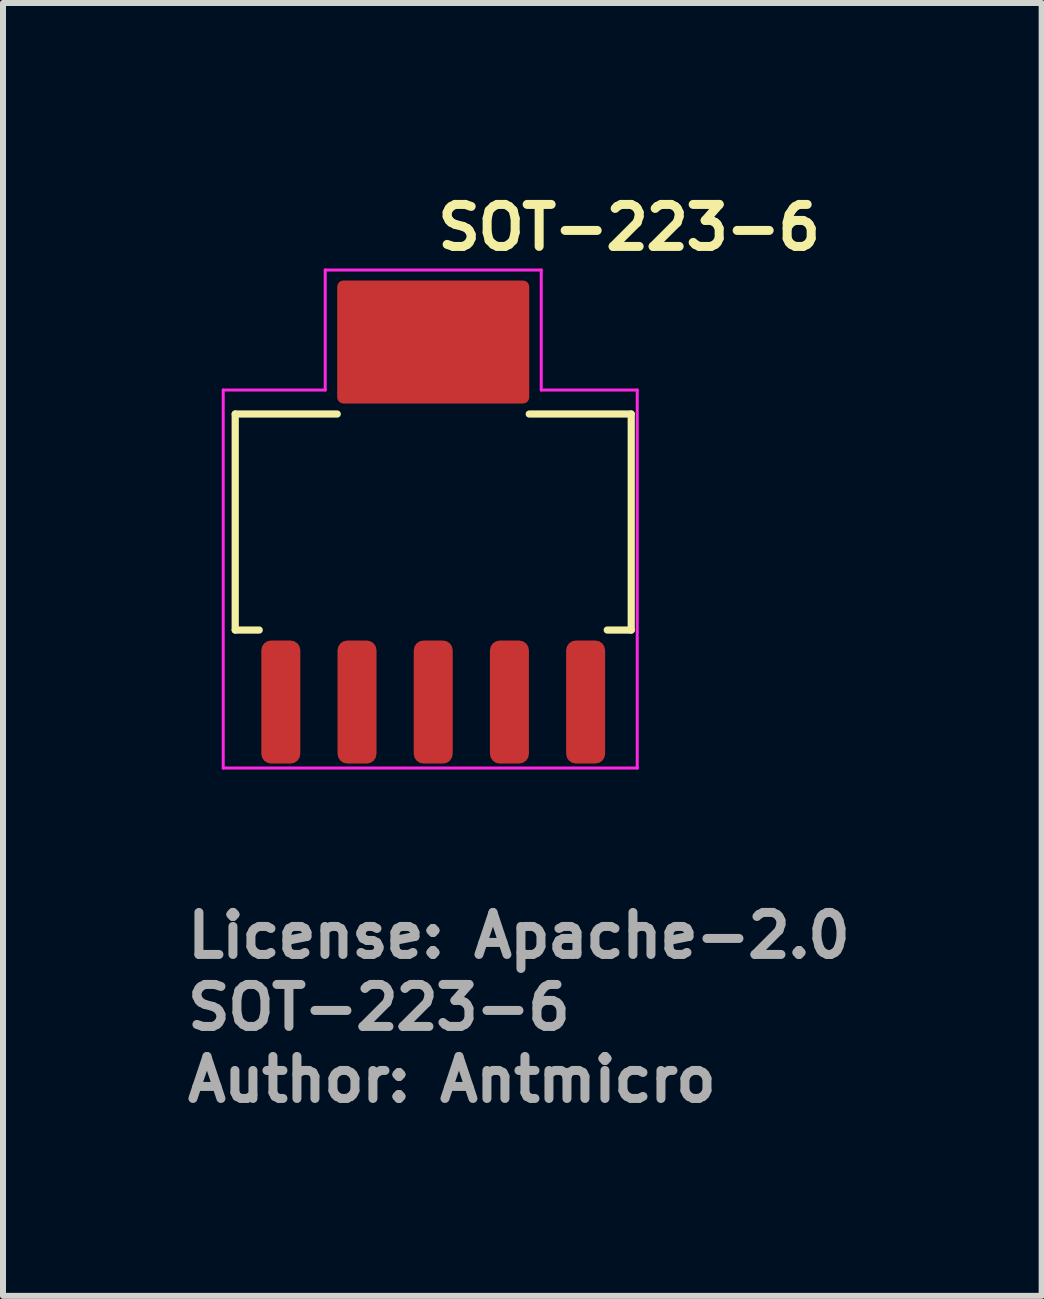
<source format=kicad_pcb>
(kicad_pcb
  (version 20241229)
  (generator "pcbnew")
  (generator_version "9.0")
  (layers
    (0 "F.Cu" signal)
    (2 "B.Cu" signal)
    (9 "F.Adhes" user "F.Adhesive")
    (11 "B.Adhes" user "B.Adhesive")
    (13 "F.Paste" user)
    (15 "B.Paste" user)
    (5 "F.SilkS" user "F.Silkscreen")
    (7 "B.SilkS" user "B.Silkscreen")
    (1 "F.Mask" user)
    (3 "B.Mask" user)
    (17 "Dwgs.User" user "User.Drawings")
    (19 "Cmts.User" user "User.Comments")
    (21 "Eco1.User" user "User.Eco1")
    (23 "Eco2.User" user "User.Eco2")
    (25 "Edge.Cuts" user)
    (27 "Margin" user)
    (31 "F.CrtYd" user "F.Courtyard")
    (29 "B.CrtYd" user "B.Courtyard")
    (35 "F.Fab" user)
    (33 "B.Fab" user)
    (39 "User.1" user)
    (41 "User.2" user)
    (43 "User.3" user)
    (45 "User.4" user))
  (footprint "SOT-223-6"
    (layer "F.Cu")
    (at 4.17 5.65)
    (property "Reference" "SOT-223-6" (at 0 -4.5 0) (layer "F.SilkS") (effects (font (size 0.7 0.7) (thickness 0.15)) (justify left bottom)))
    (attr smd)
    (fp_line (start -3.3 -1.8) (end -3.3 1.8) (stroke (width 0.12) (type default)) (layer "F.SilkS"))
    (fp_line (start -3.3 -1.8) (end -1.6 -1.8) (stroke (width 0.12) (type default)) (layer "F.SilkS"))
    (fp_line (start -3.3 1.8) (end -2.9 1.8) (stroke (width 0.12) (type default)) (layer "F.SilkS"))
    (fp_line (start 1.6 -1.8) (end 3.3 -1.8) (stroke (width 0.12) (type default)) (layer "F.SilkS"))
    (fp_line (start 3.3 -1.8) (end 3.3 1.8) (stroke (width 0.12) (type default)) (layer "F.SilkS"))
    (fp_line (start 3.3 1.8) (end 2.9 1.8) (stroke (width 0.12) (type default)) (layer "F.SilkS"))
    (fp_line (start -3.5 -2.2) (end -3.5 4.1) (stroke (width 0.05) (type solid)) (layer "F.CrtYd"))
    (fp_line (start -3.5 4.1) (end 3.4 4.1) (stroke (width 0.05) (type solid)) (layer "F.CrtYd"))
    (fp_line (start -1.8 -4.2) (end -1.8 -2.2) (stroke (width 0.05) (type solid)) (layer "F.CrtYd"))
    (fp_line (start -1.8 -2.2) (end -3.5 -2.2) (stroke (width 0.05) (type solid)) (layer "F.CrtYd"))
    (fp_line (start 1.8 -4.2) (end -1.8 -4.2) (stroke (width 0.05) (type solid)) (layer "F.CrtYd"))
    (fp_line (start 1.8 -2.2) (end 1.8 -4.2) (stroke (width 0.05) (type solid)) (layer "F.CrtYd"))
    (fp_line (start 3.4 -2.2) (end 1.8 -2.2) (stroke (width 0.05) (type solid)) (layer "F.CrtYd"))
    (fp_line (start 3.4 4.1) (end 3.4 -2.2) (stroke (width 0.05) (type solid)) (layer "F.CrtYd"))
    (fp_rect (start -3.25 -3.554) (end 3.25 3.554) (stroke (width 0.1) (type solid)) (fill no) (layer "User.5"))
    (fp_line (start -3.25 -1.75) (end -3.172 -1.672) (stroke (width 0.02) (type solid)) (layer "User.9"))
    (fp_line (start -3.25 -1.75) (end 3.25 -1.75) (stroke (width 0.02) (type solid)) (layer "User.9"))
    (fp_line (start -3.25 1.75) (end -3.25 -1.75) (stroke (width 0.02) (type solid)) (layer "User.9"))
    (fp_line (start -3.25 1.75) (end -3.172 1.672) (stroke (width 0.02) (type solid)) (layer "User.9"))
    (fp_line (start -3.25 1.75) (end 3.25 1.75) (stroke (width 0.02) (type solid)) (layer "User.9"))
    (fp_line (start -3.172 -1.672) (end -3.172 1.672) (stroke (width 0.02) (type solid)) (layer "User.9"))
    (fp_line (start -3.172 1.672) (end 3.172 1.672) (stroke (width 0.02) (type solid)) (layer "User.9"))
    (fp_line (start -2.77 1.75) (end -2.77 2.28) (stroke (width 0.02) (type solid)) (layer "User.9"))
    (fp_line (start -2.77 1.75) (end -2.31 1.75) (stroke (width 0.02) (type solid)) (layer "User.9"))
    (fp_line (start -2.77 2.28) (end -2.31 2.28) (stroke (width 0.02) (type solid)) (layer "User.9"))
    (fp_line (start -2.77 2.312) (end -2.77 2.28) (stroke (width 0.02) (type solid)) (layer "User.9"))
    (fp_line (start -2.77 2.344) (end -2.77 2.312) (stroke (width 0.02) (type solid)) (layer "User.9"))
    (fp_line (start -2.77 2.376) (end -2.77 2.344) (stroke (width 0.02) (type solid)) (layer "User.9"))
    (fp_line (start -2.77 2.407) (end -2.77 2.376) (stroke (width 0.02) (type solid)) (layer "User.9"))
    (fp_line (start -2.77 2.437) (end -2.77 2.407) (stroke (width 0.02) (type solid)) (layer "User.9"))
    (fp_line (start -2.77 2.466) (end -2.77 2.437) (stroke (width 0.02) (type solid)) (layer "User.9"))
    (fp_line (start -2.77 2.495) (end -2.77 2.466) (stroke (width 0.02) (type solid)) (layer "User.9"))
    (fp_line (start -2.77 2.522) (end -2.77 2.495) (stroke (width 0.02) (type solid)) (layer "User.9"))
    (fp_line (start -2.77 2.548) (end -2.77 2.522) (stroke (width 0.02) (type solid)) (layer "User.9"))
    (fp_line (start -2.77 2.572) (end -2.77 2.548) (stroke (width 0.02) (type solid)) (layer "User.9"))
    (fp_line (start -2.77 2.595) (end -2.77 2.572) (stroke (width 0.02) (type solid)) (layer "User.9"))
    (fp_line (start -2.77 2.616) (end -2.77 2.595) (stroke (width 0.02) (type solid)) (layer "User.9"))
    (fp_line (start -2.77 2.635) (end -2.77 2.616) (stroke (width 0.02) (type solid)) (layer "User.9"))
    (fp_line (start -2.77 2.652) (end -2.77 2.635) (stroke (width 0.02) (type solid)) (layer "User.9"))
    (fp_line (start -2.77 2.652) (end -2.31 2.652) (stroke (width 0.02) (type solid)) (layer "User.9"))
    (fp_line (start -2.77 2.733) (end -2.77 2.652) (stroke (width 0.02) (type solid)) (layer "User.9"))
    (fp_line (start -2.77 2.733) (end -2.31 2.733) (stroke (width 0.02) (type solid)) (layer "User.9"))
    (fp_line (start -2.77 2.738) (end -2.77 2.733) (stroke (width 0.02) (type solid)) (layer "User.9"))
    (fp_line (start -2.77 2.745) (end -2.77 2.738) (stroke (width 0.02) (type solid)) (layer "User.9"))
    (fp_line (start -2.77 2.751) (end -2.77 2.745) (stroke (width 0.02) (type solid)) (layer "User.9"))
    (fp_line (start -2.77 2.758) (end -2.77 2.751) (stroke (width 0.02) (type solid)) (layer "User.9"))
    (fp_line (start -2.77 2.766) (end -2.77 2.758) (stroke (width 0.02) (type solid)) (layer "User.9"))
    (fp_line (start -2.77 2.774) (end -2.77 2.766) (stroke (width 0.02) (type solid)) (layer "User.9"))
    (fp_line (start -2.77 2.782) (end -2.77 2.774) (stroke (width 0.02) (type solid)) (layer "User.9"))
    (fp_line (start -2.77 2.791) (end -2.77 2.782) (stroke (width 0.02) (type solid)) (layer "User.9"))
    (fp_line (start -2.77 2.8) (end -2.77 2.791) (stroke (width 0.02) (type solid)) (layer "User.9"))
    (fp_line (start -2.77 2.81) (end -2.77 2.8) (stroke (width 0.02) (type solid)) (layer "User.9"))
    (fp_line (start -2.77 2.82) (end -2.77 2.81) (stroke (width 0.02) (type solid)) (layer "User.9"))
    (fp_line (start -2.77 2.83) (end -2.77 2.82) (stroke (width 0.02) (type solid)) (layer "User.9"))
    (fp_line (start -2.77 2.84) (end -2.77 2.83) (stroke (width 0.02) (type solid)) (layer "User.9"))
    (fp_line (start -2.77 2.85) (end -2.77 2.84) (stroke (width 0.02) (type solid)) (layer "User.9"))
    (fp_line (start -2.77 2.85) (end -2.77 3.554) (stroke (width 0.02) (type solid)) (layer "User.9"))
    (fp_line (start -2.77 2.85) (end -2.31 2.85) (stroke (width 0.02) (type solid)) (layer "User.9"))
    (fp_line (start -2.77 3.554) (end -2.31 3.554) (stroke (width 0.02) (type solid)) (layer "User.9"))
    (fp_line (start -2.31 1.75) (end -2.31 2.28) (stroke (width 0.02) (type solid)) (layer "User.9"))
    (fp_line (start -2.31 2.312) (end -2.31 2.28) (stroke (width 0.02) (type solid)) (layer "User.9"))
    (fp_line (start -2.31 2.344) (end -2.31 2.312) (stroke (width 0.02) (type solid)) (layer "User.9"))
    (fp_line (start -2.31 2.376) (end -2.31 2.344) (stroke (width 0.02) (type solid)) (layer "User.9"))
    (fp_line (start -2.31 2.407) (end -2.31 2.376) (stroke (width 0.02) (type solid)) (layer "User.9"))
    (fp_line (start -2.31 2.437) (end -2.31 2.407) (stroke (width 0.02) (type solid)) (layer "User.9"))
    (fp_line (start -2.31 2.466) (end -2.31 2.437) (stroke (width 0.02) (type solid)) (layer "User.9"))
    (fp_line (start -2.31 2.495) (end -2.31 2.466) (stroke (width 0.02) (type solid)) (layer "User.9"))
    (fp_line (start -2.31 2.522) (end -2.31 2.495) (stroke (width 0.02) (type solid)) (layer "User.9"))
    (fp_line (start -2.31 2.548) (end -2.31 2.522) (stroke (width 0.02) (type solid)) (layer "User.9"))
    (fp_line (start -2.31 2.572) (end -2.31 2.548) (stroke (width 0.02) (type solid)) (layer "User.9"))
    (fp_line (start -2.31 2.595) (end -2.31 2.572) (stroke (width 0.02) (type solid)) (layer "User.9"))
    (fp_line (start -2.31 2.616) (end -2.31 2.595) (stroke (width 0.02) (type solid)) (layer "User.9"))
    (fp_line (start -2.31 2.635) (end -2.31 2.616) (stroke (width 0.02) (type solid)) (layer "User.9"))
    (fp_line (start -2.31 2.652) (end -2.31 2.635) (stroke (width 0.02) (type solid)) (layer "User.9"))
    (fp_line (start -2.31 2.652) (end -2.31 2.733) (stroke (width 0.02) (type solid)) (layer "User.9"))
    (fp_line (start -2.31 2.738) (end -2.31 2.733) (stroke (width 0.02) (type solid)) (layer "User.9"))
    (fp_line (start -2.31 2.745) (end -2.31 2.738) (stroke (width 0.02) (type solid)) (layer "User.9"))
    (fp_line (start -2.31 2.751) (end -2.31 2.745) (stroke (width 0.02) (type solid)) (layer "User.9"))
    (fp_line (start -2.31 2.758) (end -2.31 2.751) (stroke (width 0.02) (type solid)) (layer "User.9"))
    (fp_line (start -2.31 2.766) (end -2.31 2.758) (stroke (width 0.02) (type solid)) (layer "User.9"))
    (fp_line (start -2.31 2.774) (end -2.31 2.766) (stroke (width 0.02) (type solid)) (layer "User.9"))
    (fp_line (start -2.31 2.782) (end -2.31 2.774) (stroke (width 0.02) (type solid)) (layer "User.9"))
    (fp_line (start -2.31 2.791) (end -2.31 2.782) (stroke (width 0.02) (type solid)) (layer "User.9"))
    (fp_line (start -2.31 2.8) (end -2.31 2.791) (stroke (width 0.02) (type solid)) (layer "User.9"))
    (fp_line (start -2.31 2.81) (end -2.31 2.8) (stroke (width 0.02) (type solid)) (layer "User.9"))
    (fp_line (start -2.31 2.82) (end -2.31 2.81) (stroke (width 0.02) (type solid)) (layer "User.9"))
    (fp_line (start -2.31 2.83) (end -2.31 2.82) (stroke (width 0.02) (type solid)) (layer "User.9"))
    (fp_line (start -2.31 2.84) (end -2.31 2.83) (stroke (width 0.02) (type solid)) (layer "User.9"))
    (fp_line (start -2.31 2.85) (end -2.31 2.84) (stroke (width 0.02) (type solid)) (layer "User.9"))
    (fp_line (start -2.31 2.85) (end -2.31 3.554) (stroke (width 0.02) (type solid)) (layer "User.9"))
    (fp_line (start -1.5 -2.85) (end -1.5 -3.554) (stroke (width 0.02) (type solid)) (layer "User.9"))
    (fp_line (start -1.5 -2.85) (end -1.5 -2.84) (stroke (width 0.02) (type solid)) (layer "User.9"))
    (fp_line (start -1.5 -2.84) (end -1.5 -2.83) (stroke (width 0.02) (type solid)) (layer "User.9"))
    (fp_line (start -1.5 -2.83) (end -1.5 -2.82) (stroke (width 0.02) (type solid)) (layer "User.9"))
    (fp_line (start -1.5 -2.82) (end -1.5 -2.81) (stroke (width 0.02) (type solid)) (layer "User.9"))
    (fp_line (start -1.5 -2.81) (end -1.5 -2.8) (stroke (width 0.02) (type solid)) (layer "User.9"))
    (fp_line (start -1.5 -2.8) (end -1.5 -2.791) (stroke (width 0.02) (type solid)) (layer "User.9"))
    (fp_line (start -1.5 -2.791) (end -1.5 -2.782) (stroke (width 0.02) (type solid)) (layer "User.9"))
    (fp_line (start -1.5 -2.782) (end -1.5 -2.774) (stroke (width 0.02) (type solid)) (layer "User.9"))
    (fp_line (start -1.5 -2.774) (end -1.5 -2.766) (stroke (width 0.02) (type solid)) (layer "User.9"))
    (fp_line (start -1.5 -2.766) (end -1.5 -2.758) (stroke (width 0.02) (type solid)) (layer "User.9"))
    (fp_line (start -1.5 -2.758) (end -1.5 -2.751) (stroke (width 0.02) (type solid)) (layer "User.9"))
    (fp_line (start -1.5 -2.751) (end -1.5 -2.745) (stroke (width 0.02) (type solid)) (layer "User.9"))
    (fp_line (start -1.5 -2.745) (end -1.5 -2.738) (stroke (width 0.02) (type solid)) (layer "User.9"))
    (fp_line (start -1.5 -2.738) (end -1.5 -2.733) (stroke (width 0.02) (type solid)) (layer "User.9"))
    (fp_line (start -1.5 -2.652) (end -1.5 -2.733) (stroke (width 0.02) (type solid)) (layer "User.9"))
    (fp_line (start -1.5 -2.652) (end -1.5 -2.635) (stroke (width 0.02) (type solid)) (layer "User.9"))
    (fp_line (start -1.5 -2.635) (end -1.5 -2.616) (stroke (width 0.02) (type solid)) (layer "User.9"))
    (fp_line (start -1.5 -2.616) (end -1.5 -2.595) (stroke (width 0.02) (type solid)) (layer "User.9"))
    (fp_line (start -1.5 -2.595) (end -1.5 -2.572) (stroke (width 0.02) (type solid)) (layer "User.9"))
    (fp_line (start -1.5 -2.572) (end -1.5 -2.548) (stroke (width 0.02) (type solid)) (layer "User.9"))
    (fp_line (start -1.5 -2.548) (end -1.5 -2.522) (stroke (width 0.02) (type solid)) (layer "User.9"))
    (fp_line (start -1.5 -2.522) (end -1.5 -2.495) (stroke (width 0.02) (type solid)) (layer "User.9"))
    (fp_line (start -1.5 -2.495) (end -1.5 -2.466) (stroke (width 0.02) (type solid)) (layer "User.9"))
    (fp_line (start -1.5 -2.466) (end -1.5 -2.437) (stroke (width 0.02) (type solid)) (layer "User.9"))
    (fp_line (start -1.5 -2.437) (end -1.5 -2.407) (stroke (width 0.02) (type solid)) (layer "User.9"))
    (fp_line (start -1.5 -2.407) (end -1.5 -2.376) (stroke (width 0.02) (type solid)) (layer "User.9"))
    (fp_line (start -1.5 -2.376) (end -1.5 -2.344) (stroke (width 0.02) (type solid)) (layer "User.9"))
    (fp_line (start -1.5 -2.344) (end -1.5 -2.312) (stroke (width 0.02) (type solid)) (layer "User.9"))
    (fp_line (start -1.5 -2.312) (end -1.5 -2.28) (stroke (width 0.02) (type solid)) (layer "User.9"))
    (fp_line (start -1.5 -1.75) (end -1.5 -2.28) (stroke (width 0.02) (type solid)) (layer "User.9"))
    (fp_line (start -1.5 1.75) (end -1.5 2.28) (stroke (width 0.02) (type solid)) (layer "User.9"))
    (fp_line (start -1.5 1.75) (end -1.04 1.75) (stroke (width 0.02) (type solid)) (layer "User.9"))
    (fp_line (start -1.5 2.28) (end -1.04 2.28) (stroke (width 0.02) (type solid)) (layer "User.9"))
    (fp_line (start -1.5 2.312) (end -1.5 2.28) (stroke (width 0.02) (type solid)) (layer "User.9"))
    (fp_line (start -1.5 2.344) (end -1.5 2.312) (stroke (width 0.02) (type solid)) (layer "User.9"))
    (fp_line (start -1.5 2.376) (end -1.5 2.344) (stroke (width 0.02) (type solid)) (layer "User.9"))
    (fp_line (start -1.5 2.407) (end -1.5 2.376) (stroke (width 0.02) (type solid)) (layer "User.9"))
    (fp_line (start -1.5 2.437) (end -1.5 2.407) (stroke (width 0.02) (type solid)) (layer "User.9"))
    (fp_line (start -1.5 2.466) (end -1.5 2.437) (stroke (width 0.02) (type solid)) (layer "User.9"))
    (fp_line (start -1.5 2.495) (end -1.5 2.466) (stroke (width 0.02) (type solid)) (layer "User.9"))
    (fp_line (start -1.5 2.522) (end -1.5 2.495) (stroke (width 0.02) (type solid)) (layer "User.9"))
    (fp_line (start -1.5 2.548) (end -1.5 2.522) (stroke (width 0.02) (type solid)) (layer "User.9"))
    (fp_line (start -1.5 2.572) (end -1.5 2.548) (stroke (width 0.02) (type solid)) (layer "User.9"))
    (fp_line (start -1.5 2.595) (end -1.5 2.572) (stroke (width 0.02) (type solid)) (layer "User.9"))
    (fp_line (start -1.5 2.616) (end -1.5 2.595) (stroke (width 0.02) (type solid)) (layer "User.9"))
    (fp_line (start -1.5 2.635) (end -1.5 2.616) (stroke (width 0.02) (type solid)) (layer "User.9"))
    (fp_line (start -1.5 2.652) (end -1.5 2.635) (stroke (width 0.02) (type solid)) (layer "User.9"))
    (fp_line (start -1.5 2.652) (end -1.04 2.652) (stroke (width 0.02) (type solid)) (layer "User.9"))
    (fp_line (start -1.5 2.733) (end -1.5 2.652) (stroke (width 0.02) (type solid)) (layer "User.9"))
    (fp_line (start -1.5 2.733) (end -1.04 2.733) (stroke (width 0.02) (type solid)) (layer "User.9"))
    (fp_line (start -1.5 2.738) (end -1.5 2.733) (stroke (width 0.02) (type solid)) (layer "User.9"))
    (fp_line (start -1.5 2.745) (end -1.5 2.738) (stroke (width 0.02) (type solid)) (layer "User.9"))
    (fp_line (start -1.5 2.751) (end -1.5 2.745) (stroke (width 0.02) (type solid)) (layer "User.9"))
    (fp_line (start -1.5 2.758) (end -1.5 2.751) (stroke (width 0.02) (type solid)) (layer "User.9"))
    (fp_line (start -1.5 2.766) (end -1.5 2.758) (stroke (width 0.02) (type solid)) (layer "User.9"))
    (fp_line (start -1.5 2.774) (end -1.5 2.766) (stroke (width 0.02) (type solid)) (layer "User.9"))
    (fp_line (start -1.5 2.782) (end -1.5 2.774) (stroke (width 0.02) (type solid)) (layer "User.9"))
    (fp_line (start -1.5 2.791) (end -1.5 2.782) (stroke (width 0.02) (type solid)) (layer "User.9"))
    (fp_line (start -1.5 2.8) (end -1.5 2.791) (stroke (width 0.02) (type solid)) (layer "User.9"))
    (fp_line (start -1.5 2.81) (end -1.5 2.8) (stroke (width 0.02) (type solid)) (layer "User.9"))
    (fp_line (start -1.5 2.82) (end -1.5 2.81) (stroke (width 0.02) (type solid)) (layer "User.9"))
    (fp_line (start -1.5 2.83) (end -1.5 2.82) (stroke (width 0.02) (type solid)) (layer "User.9"))
    (fp_line (start -1.5 2.84) (end -1.5 2.83) (stroke (width 0.02) (type solid)) (layer "User.9"))
    (fp_line (start -1.5 2.85) (end -1.5 2.84) (stroke (width 0.02) (type solid)) (layer "User.9"))
    (fp_line (start -1.5 2.85) (end -1.5 3.554) (stroke (width 0.02) (type solid)) (layer "User.9"))
    (fp_line (start -1.5 2.85) (end -1.04 2.85) (stroke (width 0.02) (type solid)) (layer "User.9"))
    (fp_line (start -1.5 3.554) (end -1.04 3.554) (stroke (width 0.02) (type solid)) (layer "User.9"))
    (fp_line (start -1.04 1.75) (end -1.04 2.28) (stroke (width 0.02) (type solid)) (layer "User.9"))
    (fp_line (start -1.04 2.312) (end -1.04 2.28) (stroke (width 0.02) (type solid)) (layer "User.9"))
    (fp_line (start -1.04 2.344) (end -1.04 2.312) (stroke (width 0.02) (type solid)) (layer "User.9"))
    (fp_line (start -1.04 2.376) (end -1.04 2.344) (stroke (width 0.02) (type solid)) (layer "User.9"))
    (fp_line (start -1.04 2.407) (end -1.04 2.376) (stroke (width 0.02) (type solid)) (layer "User.9"))
    (fp_line (start -1.04 2.437) (end -1.04 2.407) (stroke (width 0.02) (type solid)) (layer "User.9"))
    (fp_line (start -1.04 2.466) (end -1.04 2.437) (stroke (width 0.02) (type solid)) (layer "User.9"))
    (fp_line (start -1.04 2.495) (end -1.04 2.466) (stroke (width 0.02) (type solid)) (layer "User.9"))
    (fp_line (start -1.04 2.522) (end -1.04 2.495) (stroke (width 0.02) (type solid)) (layer "User.9"))
    (fp_line (start -1.04 2.548) (end -1.04 2.522) (stroke (width 0.02) (type solid)) (layer "User.9"))
    (fp_line (start -1.04 2.572) (end -1.04 2.548) (stroke (width 0.02) (type solid)) (layer "User.9"))
    (fp_line (start -1.04 2.595) (end -1.04 2.572) (stroke (width 0.02) (type solid)) (layer "User.9"))
    (fp_line (start -1.04 2.616) (end -1.04 2.595) (stroke (width 0.02) (type solid)) (layer "User.9"))
    (fp_line (start -1.04 2.635) (end -1.04 2.616) (stroke (width 0.02) (type solid)) (layer "User.9"))
    (fp_line (start -1.04 2.652) (end -1.04 2.635) (stroke (width 0.02) (type solid)) (layer "User.9"))
    (fp_line (start -1.04 2.652) (end -1.04 2.733) (stroke (width 0.02) (type solid)) (layer "User.9"))
    (fp_line (start -1.04 2.738) (end -1.04 2.733) (stroke (width 0.02) (type solid)) (layer "User.9"))
    (fp_line (start -1.04 2.745) (end -1.04 2.738) (stroke (width 0.02) (type solid)) (layer "User.9"))
    (fp_line (start -1.04 2.751) (end -1.04 2.745) (stroke (width 0.02) (type solid)) (layer "User.9"))
    (fp_line (start -1.04 2.758) (end -1.04 2.751) (stroke (width 0.02) (type solid)) (layer "User.9"))
    (fp_line (start -1.04 2.766) (end -1.04 2.758) (stroke (width 0.02) (type solid)) (layer "User.9"))
    (fp_line (start -1.04 2.774) (end -1.04 2.766) (stroke (width 0.02) (type solid)) (layer "User.9"))
    (fp_line (start -1.04 2.782) (end -1.04 2.774) (stroke (width 0.02) (type solid)) (layer "User.9"))
    (fp_line (start -1.04 2.791) (end -1.04 2.782) (stroke (width 0.02) (type solid)) (layer "User.9"))
    (fp_line (start -1.04 2.8) (end -1.04 2.791) (stroke (width 0.02) (type solid)) (layer "User.9"))
    (fp_line (start -1.04 2.81) (end -1.04 2.8) (stroke (width 0.02) (type solid)) (layer "User.9"))
    (fp_line (start -1.04 2.82) (end -1.04 2.81) (stroke (width 0.02) (type solid)) (layer "User.9"))
    (fp_line (start -1.04 2.83) (end -1.04 2.82) (stroke (width 0.02) (type solid)) (layer "User.9"))
    (fp_line (start -1.04 2.84) (end -1.04 2.83) (stroke (width 0.02) (type solid)) (layer "User.9"))
    (fp_line (start -1.04 2.85) (end -1.04 2.84) (stroke (width 0.02) (type solid)) (layer "User.9"))
    (fp_line (start -1.04 2.85) (end -1.04 3.554) (stroke (width 0.02) (type solid)) (layer "User.9"))
    (fp_line (start -0.23 1.75) (end -0.23 2.28) (stroke (width 0.02) (type solid)) (layer "User.9"))
    (fp_line (start -0.23 1.75) (end 0.23 1.75) (stroke (width 0.02) (type solid)) (layer "User.9"))
    (fp_line (start -0.23 2.28) (end 0.23 2.28) (stroke (width 0.02) (type solid)) (layer "User.9"))
    (fp_line (start -0.23 2.312) (end -0.23 2.28) (stroke (width 0.02) (type solid)) (layer "User.9"))
    (fp_line (start -0.23 2.344) (end -0.23 2.312) (stroke (width 0.02) (type solid)) (layer "User.9"))
    (fp_line (start -0.23 2.376) (end -0.23 2.344) (stroke (width 0.02) (type solid)) (layer "User.9"))
    (fp_line (start -0.23 2.407) (end -0.23 2.376) (stroke (width 0.02) (type solid)) (layer "User.9"))
    (fp_line (start -0.23 2.437) (end -0.23 2.407) (stroke (width 0.02) (type solid)) (layer "User.9"))
    (fp_line (start -0.23 2.466) (end -0.23 2.437) (stroke (width 0.02) (type solid)) (layer "User.9"))
    (fp_line (start -0.23 2.495) (end -0.23 2.466) (stroke (width 0.02) (type solid)) (layer "User.9"))
    (fp_line (start -0.23 2.522) (end -0.23 2.495) (stroke (width 0.02) (type solid)) (layer "User.9"))
    (fp_line (start -0.23 2.548) (end -0.23 2.522) (stroke (width 0.02) (type solid)) (layer "User.9"))
    (fp_line (start -0.23 2.572) (end -0.23 2.548) (stroke (width 0.02) (type solid)) (layer "User.9"))
    (fp_line (start -0.23 2.595) (end -0.23 2.572) (stroke (width 0.02) (type solid)) (layer "User.9"))
    (fp_line (start -0.23 2.616) (end -0.23 2.595) (stroke (width 0.02) (type solid)) (layer "User.9"))
    (fp_line (start -0.23 2.635) (end -0.23 2.616) (stroke (width 0.02) (type solid)) (layer "User.9"))
    (fp_line (start -0.23 2.652) (end -0.23 2.635) (stroke (width 0.02) (type solid)) (layer "User.9"))
    (fp_line (start -0.23 2.652) (end 0.23 2.652) (stroke (width 0.02) (type solid)) (layer "User.9"))
    (fp_line (start -0.23 2.733) (end -0.23 2.652) (stroke (width 0.02) (type solid)) (layer "User.9"))
    (fp_line (start -0.23 2.733) (end 0.23 2.733) (stroke (width 0.02) (type solid)) (layer "User.9"))
    (fp_line (start -0.23 2.738) (end -0.23 2.733) (stroke (width 0.02) (type solid)) (layer "User.9"))
    (fp_line (start -0.23 2.745) (end -0.23 2.738) (stroke (width 0.02) (type solid)) (layer "User.9"))
    (fp_line (start -0.23 2.751) (end -0.23 2.745) (stroke (width 0.02) (type solid)) (layer "User.9"))
    (fp_line (start -0.23 2.758) (end -0.23 2.751) (stroke (width 0.02) (type solid)) (layer "User.9"))
    (fp_line (start -0.23 2.766) (end -0.23 2.758) (stroke (width 0.02) (type solid)) (layer "User.9"))
    (fp_line (start -0.23 2.774) (end -0.23 2.766) (stroke (width 0.02) (type solid)) (layer "User.9"))
    (fp_line (start -0.23 2.782) (end -0.23 2.774) (stroke (width 0.02) (type solid)) (layer "User.9"))
    (fp_line (start -0.23 2.791) (end -0.23 2.782) (stroke (width 0.02) (type solid)) (layer "User.9"))
    (fp_line (start -0.23 2.8) (end -0.23 2.791) (stroke (width 0.02) (type solid)) (layer "User.9"))
    (fp_line (start -0.23 2.81) (end -0.23 2.8) (stroke (width 0.02) (type solid)) (layer "User.9"))
    (fp_line (start -0.23 2.82) (end -0.23 2.81) (stroke (width 0.02) (type solid)) (layer "User.9"))
    (fp_line (start -0.23 2.83) (end -0.23 2.82) (stroke (width 0.02) (type solid)) (layer "User.9"))
    (fp_line (start -0.23 2.84) (end -0.23 2.83) (stroke (width 0.02) (type solid)) (layer "User.9"))
    (fp_line (start -0.23 2.85) (end -0.23 2.84) (stroke (width 0.02) (type solid)) (layer "User.9"))
    (fp_line (start -0.23 2.85) (end -0.23 3.554) (stroke (width 0.02) (type solid)) (layer "User.9"))
    (fp_line (start -0.23 2.85) (end 0.23 2.85) (stroke (width 0.02) (type solid)) (layer "User.9"))
    (fp_line (start -0.23 3.554) (end 0.23 3.554) (stroke (width 0.02) (type solid)) (layer "User.9"))
    (fp_line (start 0.23 1.75) (end 0.23 2.28) (stroke (width 0.02) (type solid)) (layer "User.9"))
    (fp_line (start 0.23 2.312) (end 0.23 2.28) (stroke (width 0.02) (type solid)) (layer "User.9"))
    (fp_line (start 0.23 2.344) (end 0.23 2.312) (stroke (width 0.02) (type solid)) (layer "User.9"))
    (fp_line (start 0.23 2.376) (end 0.23 2.344) (stroke (width 0.02) (type solid)) (layer "User.9"))
    (fp_line (start 0.23 2.407) (end 0.23 2.376) (stroke (width 0.02) (type solid)) (layer "User.9"))
    (fp_line (start 0.23 2.437) (end 0.23 2.407) (stroke (width 0.02) (type solid)) (layer "User.9"))
    (fp_line (start 0.23 2.466) (end 0.23 2.437) (stroke (width 0.02) (type solid)) (layer "User.9"))
    (fp_line (start 0.23 2.495) (end 0.23 2.466) (stroke (width 0.02) (type solid)) (layer "User.9"))
    (fp_line (start 0.23 2.522) (end 0.23 2.495) (stroke (width 0.02) (type solid)) (layer "User.9"))
    (fp_line (start 0.23 2.548) (end 0.23 2.522) (stroke (width 0.02) (type solid)) (layer "User.9"))
    (fp_line (start 0.23 2.572) (end 0.23 2.548) (stroke (width 0.02) (type solid)) (layer "User.9"))
    (fp_line (start 0.23 2.595) (end 0.23 2.572) (stroke (width 0.02) (type solid)) (layer "User.9"))
    (fp_line (start 0.23 2.616) (end 0.23 2.595) (stroke (width 0.02) (type solid)) (layer "User.9"))
    (fp_line (start 0.23 2.635) (end 0.23 2.616) (stroke (width 0.02) (type solid)) (layer "User.9"))
    (fp_line (start 0.23 2.652) (end 0.23 2.635) (stroke (width 0.02) (type solid)) (layer "User.9"))
    (fp_line (start 0.23 2.652) (end 0.23 2.733) (stroke (width 0.02) (type solid)) (layer "User.9"))
    (fp_line (start 0.23 2.738) (end 0.23 2.733) (stroke (width 0.02) (type solid)) (layer "User.9"))
    (fp_line (start 0.23 2.745) (end 0.23 2.738) (stroke (width 0.02) (type solid)) (layer "User.9"))
    (fp_line (start 0.23 2.751) (end 0.23 2.745) (stroke (width 0.02) (type solid)) (layer "User.9"))
    (fp_line (start 0.23 2.758) (end 0.23 2.751) (stroke (width 0.02) (type solid)) (layer "User.9"))
    (fp_line (start 0.23 2.766) (end 0.23 2.758) (stroke (width 0.02) (type solid)) (layer "User.9"))
    (fp_line (start 0.23 2.774) (end 0.23 2.766) (stroke (width 0.02) (type solid)) (layer "User.9"))
    (fp_line (start 0.23 2.782) (end 0.23 2.774) (stroke (width 0.02) (type solid)) (layer "User.9"))
    (fp_line (start 0.23 2.791) (end 0.23 2.782) (stroke (width 0.02) (type solid)) (layer "User.9"))
    (fp_line (start 0.23 2.8) (end 0.23 2.791) (stroke (width 0.02) (type solid)) (layer "User.9"))
    (fp_line (start 0.23 2.81) (end 0.23 2.8) (stroke (width 0.02) (type solid)) (layer "User.9"))
    (fp_line (start 0.23 2.82) (end 0.23 2.81) (stroke (width 0.02) (type solid)) (layer "User.9"))
    (fp_line (start 0.23 2.83) (end 0.23 2.82) (stroke (width 0.02) (type solid)) (layer "User.9"))
    (fp_line (start 0.23 2.84) (end 0.23 2.83) (stroke (width 0.02) (type solid)) (layer "User.9"))
    (fp_line (start 0.23 2.85) (end 0.23 2.84) (stroke (width 0.02) (type solid)) (layer "User.9"))
    (fp_line (start 0.23 2.85) (end 0.23 3.554) (stroke (width 0.02) (type solid)) (layer "User.9"))
    (fp_line (start 1.04 1.75) (end 1.04 2.28) (stroke (width 0.02) (type solid)) (layer "User.9"))
    (fp_line (start 1.04 1.75) (end 1.5 1.75) (stroke (width 0.02) (type solid)) (layer "User.9"))
    (fp_line (start 1.04 2.28) (end 1.5 2.28) (stroke (width 0.02) (type solid)) (layer "User.9"))
    (fp_line (start 1.04 2.312) (end 1.04 2.28) (stroke (width 0.02) (type solid)) (layer "User.9"))
    (fp_line (start 1.04 2.344) (end 1.04 2.312) (stroke (width 0.02) (type solid)) (layer "User.9"))
    (fp_line (start 1.04 2.376) (end 1.04 2.344) (stroke (width 0.02) (type solid)) (layer "User.9"))
    (fp_line (start 1.04 2.407) (end 1.04 2.376) (stroke (width 0.02) (type solid)) (layer "User.9"))
    (fp_line (start 1.04 2.437) (end 1.04 2.407) (stroke (width 0.02) (type solid)) (layer "User.9"))
    (fp_line (start 1.04 2.466) (end 1.04 2.437) (stroke (width 0.02) (type solid)) (layer "User.9"))
    (fp_line (start 1.04 2.495) (end 1.04 2.466) (stroke (width 0.02) (type solid)) (layer "User.9"))
    (fp_line (start 1.04 2.522) (end 1.04 2.495) (stroke (width 0.02) (type solid)) (layer "User.9"))
    (fp_line (start 1.04 2.548) (end 1.04 2.522) (stroke (width 0.02) (type solid)) (layer "User.9"))
    (fp_line (start 1.04 2.572) (end 1.04 2.548) (stroke (width 0.02) (type solid)) (layer "User.9"))
    (fp_line (start 1.04 2.595) (end 1.04 2.572) (stroke (width 0.02) (type solid)) (layer "User.9"))
    (fp_line (start 1.04 2.616) (end 1.04 2.595) (stroke (width 0.02) (type solid)) (layer "User.9"))
    (fp_line (start 1.04 2.635) (end 1.04 2.616) (stroke (width 0.02) (type solid)) (layer "User.9"))
    (fp_line (start 1.04 2.652) (end 1.04 2.635) (stroke (width 0.02) (type solid)) (layer "User.9"))
    (fp_line (start 1.04 2.652) (end 1.5 2.652) (stroke (width 0.02) (type solid)) (layer "User.9"))
    (fp_line (start 1.04 2.733) (end 1.04 2.652) (stroke (width 0.02) (type solid)) (layer "User.9"))
    (fp_line (start 1.04 2.733) (end 1.5 2.733) (stroke (width 0.02) (type solid)) (layer "User.9"))
    (fp_line (start 1.04 2.738) (end 1.04 2.733) (stroke (width 0.02) (type solid)) (layer "User.9"))
    (fp_line (start 1.04 2.745) (end 1.04 2.738) (stroke (width 0.02) (type solid)) (layer "User.9"))
    (fp_line (start 1.04 2.751) (end 1.04 2.745) (stroke (width 0.02) (type solid)) (layer "User.9"))
    (fp_line (start 1.04 2.758) (end 1.04 2.751) (stroke (width 0.02) (type solid)) (layer "User.9"))
    (fp_line (start 1.04 2.766) (end 1.04 2.758) (stroke (width 0.02) (type solid)) (layer "User.9"))
    (fp_line (start 1.04 2.774) (end 1.04 2.766) (stroke (width 0.02) (type solid)) (layer "User.9"))
    (fp_line (start 1.04 2.782) (end 1.04 2.774) (stroke (width 0.02) (type solid)) (layer "User.9"))
    (fp_line (start 1.04 2.791) (end 1.04 2.782) (stroke (width 0.02) (type solid)) (layer "User.9"))
    (fp_line (start 1.04 2.8) (end 1.04 2.791) (stroke (width 0.02) (type solid)) (layer "User.9"))
    (fp_line (start 1.04 2.81) (end 1.04 2.8) (stroke (width 0.02) (type solid)) (layer "User.9"))
    (fp_line (start 1.04 2.82) (end 1.04 2.81) (stroke (width 0.02) (type solid)) (layer "User.9"))
    (fp_line (start 1.04 2.83) (end 1.04 2.82) (stroke (width 0.02) (type solid)) (layer "User.9"))
    (fp_line (start 1.04 2.84) (end 1.04 2.83) (stroke (width 0.02) (type solid)) (layer "User.9"))
    (fp_line (start 1.04 2.85) (end 1.04 2.84) (stroke (width 0.02) (type solid)) (layer "User.9"))
    (fp_line (start 1.04 2.85) (end 1.04 3.554) (stroke (width 0.02) (type solid)) (layer "User.9"))
    (fp_line (start 1.04 2.85) (end 1.5 2.85) (stroke (width 0.02) (type solid)) (layer "User.9"))
    (fp_line (start 1.04 3.554) (end 1.5 3.554) (stroke (width 0.02) (type solid)) (layer "User.9"))
    (fp_line (start 1.5 -3.554) (end -1.5 -3.554) (stroke (width 0.02) (type solid)) (layer "User.9"))
    (fp_line (start 1.5 -2.85) (end -1.5 -2.85) (stroke (width 0.02) (type solid)) (layer "User.9"))
    (fp_line (start 1.5 -2.85) (end 1.5 -3.554) (stroke (width 0.02) (type solid)) (layer "User.9"))
    (fp_line (start 1.5 -2.85) (end 1.5 -2.84) (stroke (width 0.02) (type solid)) (layer "User.9"))
    (fp_line (start 1.5 -2.84) (end 1.5 -2.83) (stroke (width 0.02) (type solid)) (layer "User.9"))
    (fp_line (start 1.5 -2.83) (end 1.5 -2.82) (stroke (width 0.02) (type solid)) (layer "User.9"))
    (fp_line (start 1.5 -2.82) (end 1.5 -2.81) (stroke (width 0.02) (type solid)) (layer "User.9"))
    (fp_line (start 1.5 -2.81) (end 1.5 -2.8) (stroke (width 0.02) (type solid)) (layer "User.9"))
    (fp_line (start 1.5 -2.8) (end 1.5 -2.791) (stroke (width 0.02) (type solid)) (layer "User.9"))
    (fp_line (start 1.5 -2.791) (end 1.5 -2.782) (stroke (width 0.02) (type solid)) (layer "User.9"))
    (fp_line (start 1.5 -2.782) (end 1.5 -2.774) (stroke (width 0.02) (type solid)) (layer "User.9"))
    (fp_line (start 1.5 -2.774) (end 1.5 -2.766) (stroke (width 0.02) (type solid)) (layer "User.9"))
    (fp_line (start 1.5 -2.766) (end 1.5 -2.758) (stroke (width 0.02) (type solid)) (layer "User.9"))
    (fp_line (start 1.5 -2.758) (end 1.5 -2.751) (stroke (width 0.02) (type solid)) (layer "User.9"))
    (fp_line (start 1.5 -2.751) (end 1.5 -2.745) (stroke (width 0.02) (type solid)) (layer "User.9"))
    (fp_line (start 1.5 -2.745) (end 1.5 -2.738) (stroke (width 0.02) (type solid)) (layer "User.9"))
    (fp_line (start 1.5 -2.738) (end 1.5 -2.733) (stroke (width 0.02) (type solid)) (layer "User.9"))
    (fp_line (start 1.5 -2.733) (end -1.5 -2.733) (stroke (width 0.02) (type solid)) (layer "User.9"))
    (fp_line (start 1.5 -2.733) (end 1.5 -2.652) (stroke (width 0.02) (type solid)) (layer "User.9"))
    (fp_line (start 1.5 -2.652) (end -1.5 -2.652) (stroke (width 0.02) (type solid)) (layer "User.9"))
    (fp_line (start 1.5 -2.652) (end 1.5 -2.635) (stroke (width 0.02) (type solid)) (layer "User.9"))
    (fp_line (start 1.5 -2.635) (end 1.5 -2.616) (stroke (width 0.02) (type solid)) (layer "User.9"))
    (fp_line (start 1.5 -2.616) (end 1.5 -2.595) (stroke (width 0.02) (type solid)) (layer "User.9"))
    (fp_line (start 1.5 -2.595) (end 1.5 -2.572) (stroke (width 0.02) (type solid)) (layer "User.9"))
    (fp_line (start 1.5 -2.572) (end 1.5 -2.548) (stroke (width 0.02) (type solid)) (layer "User.9"))
    (fp_line (start 1.5 -2.548) (end 1.5 -2.522) (stroke (width 0.02) (type solid)) (layer "User.9"))
    (fp_line (start 1.5 -2.522) (end 1.5 -2.495) (stroke (width 0.02) (type solid)) (layer "User.9"))
    (fp_line (start 1.5 -2.495) (end 1.5 -2.466) (stroke (width 0.02) (type solid)) (layer "User.9"))
    (fp_line (start 1.5 -2.466) (end 1.5 -2.437) (stroke (width 0.02) (type solid)) (layer "User.9"))
    (fp_line (start 1.5 -2.437) (end 1.5 -2.407) (stroke (width 0.02) (type solid)) (layer "User.9"))
    (fp_line (start 1.5 -2.407) (end 1.5 -2.376) (stroke (width 0.02) (type solid)) (layer "User.9"))
    (fp_line (start 1.5 -2.376) (end 1.5 -2.344) (stroke (width 0.02) (type solid)) (layer "User.9"))
    (fp_line (start 1.5 -2.344) (end 1.5 -2.312) (stroke (width 0.02) (type solid)) (layer "User.9"))
    (fp_line (start 1.5 -2.312) (end 1.5 -2.28) (stroke (width 0.02) (type solid)) (layer "User.9"))
    (fp_line (start 1.5 -2.28) (end -1.5 -2.28) (stroke (width 0.02) (type solid)) (layer "User.9"))
    (fp_line (start 1.5 -1.75) (end -1.5 -1.75) (stroke (width 0.02) (type solid)) (layer "User.9"))
    (fp_line (start 1.5 -1.75) (end 1.5 -2.28) (stroke (width 0.02) (type solid)) (layer "User.9"))
    (fp_line (start 1.5 1.75) (end 1.5 2.28) (stroke (width 0.02) (type solid)) (layer "User.9"))
    (fp_line (start 1.5 2.312) (end 1.5 2.28) (stroke (width 0.02) (type solid)) (layer "User.9"))
    (fp_line (start 1.5 2.344) (end 1.5 2.312) (stroke (width 0.02) (type solid)) (layer "User.9"))
    (fp_line (start 1.5 2.376) (end 1.5 2.344) (stroke (width 0.02) (type solid)) (layer "User.9"))
    (fp_line (start 1.5 2.407) (end 1.5 2.376) (stroke (width 0.02) (type solid)) (layer "User.9"))
    (fp_line (start 1.5 2.437) (end 1.5 2.407) (stroke (width 0.02) (type solid)) (layer "User.9"))
    (fp_line (start 1.5 2.466) (end 1.5 2.437) (stroke (width 0.02) (type solid)) (layer "User.9"))
    (fp_line (start 1.5 2.495) (end 1.5 2.466) (stroke (width 0.02) (type solid)) (layer "User.9"))
    (fp_line (start 1.5 2.522) (end 1.5 2.495) (stroke (width 0.02) (type solid)) (layer "User.9"))
    (fp_line (start 1.5 2.548) (end 1.5 2.522) (stroke (width 0.02) (type solid)) (layer "User.9"))
    (fp_line (start 1.5 2.572) (end 1.5 2.548) (stroke (width 0.02) (type solid)) (layer "User.9"))
    (fp_line (start 1.5 2.595) (end 1.5 2.572) (stroke (width 0.02) (type solid)) (layer "User.9"))
    (fp_line (start 1.5 2.616) (end 1.5 2.595) (stroke (width 0.02) (type solid)) (layer "User.9"))
    (fp_line (start 1.5 2.635) (end 1.5 2.616) (stroke (width 0.02) (type solid)) (layer "User.9"))
    (fp_line (start 1.5 2.652) (end 1.5 2.635) (stroke (width 0.02) (type solid)) (layer "User.9"))
    (fp_line (start 1.5 2.652) (end 1.5 2.733) (stroke (width 0.02) (type solid)) (layer "User.9"))
    (fp_line (start 1.5 2.738) (end 1.5 2.733) (stroke (width 0.02) (type solid)) (layer "User.9"))
    (fp_line (start 1.5 2.745) (end 1.5 2.738) (stroke (width 0.02) (type solid)) (layer "User.9"))
    (fp_line (start 1.5 2.751) (end 1.5 2.745) (stroke (width 0.02) (type solid)) (layer "User.9"))
    (fp_line (start 1.5 2.758) (end 1.5 2.751) (stroke (width 0.02) (type solid)) (layer "User.9"))
    (fp_line (start 1.5 2.766) (end 1.5 2.758) (stroke (width 0.02) (type solid)) (layer "User.9"))
    (fp_line (start 1.5 2.774) (end 1.5 2.766) (stroke (width 0.02) (type solid)) (layer "User.9"))
    (fp_line (start 1.5 2.782) (end 1.5 2.774) (stroke (width 0.02) (type solid)) (layer "User.9"))
    (fp_line (start 1.5 2.791) (end 1.5 2.782) (stroke (width 0.02) (type solid)) (layer "User.9"))
    (fp_line (start 1.5 2.8) (end 1.5 2.791) (stroke (width 0.02) (type solid)) (layer "User.9"))
    (fp_line (start 1.5 2.81) (end 1.5 2.8) (stroke (width 0.02) (type solid)) (layer "User.9"))
    (fp_line (start 1.5 2.82) (end 1.5 2.81) (stroke (width 0.02) (type solid)) (layer "User.9"))
    (fp_line (start 1.5 2.83) (end 1.5 2.82) (stroke (width 0.02) (type solid)) (layer "User.9"))
    (fp_line (start 1.5 2.84) (end 1.5 2.83) (stroke (width 0.02) (type solid)) (layer "User.9"))
    (fp_line (start 1.5 2.85) (end 1.5 2.84) (stroke (width 0.02) (type solid)) (layer "User.9"))
    (fp_line (start 1.5 2.85) (end 1.5 3.554) (stroke (width 0.02) (type solid)) (layer "User.9"))
    (fp_line (start 2.31 1.75) (end 2.31 2.28) (stroke (width 0.02) (type solid)) (layer "User.9"))
    (fp_line (start 2.31 1.75) (end 2.77 1.75) (stroke (width 0.02) (type solid)) (layer "User.9"))
    (fp_line (start 2.31 2.28) (end 2.77 2.28) (stroke (width 0.02) (type solid)) (layer "User.9"))
    (fp_line (start 2.31 2.312) (end 2.31 2.28) (stroke (width 0.02) (type solid)) (layer "User.9"))
    (fp_line (start 2.31 2.344) (end 2.31 2.312) (stroke (width 0.02) (type solid)) (layer "User.9"))
    (fp_line (start 2.31 2.376) (end 2.31 2.344) (stroke (width 0.02) (type solid)) (layer "User.9"))
    (fp_line (start 2.31 2.407) (end 2.31 2.376) (stroke (width 0.02) (type solid)) (layer "User.9"))
    (fp_line (start 2.31 2.437) (end 2.31 2.407) (stroke (width 0.02) (type solid)) (layer "User.9"))
    (fp_line (start 2.31 2.466) (end 2.31 2.437) (stroke (width 0.02) (type solid)) (layer "User.9"))
    (fp_line (start 2.31 2.495) (end 2.31 2.466) (stroke (width 0.02) (type solid)) (layer "User.9"))
    (fp_line (start 2.31 2.522) (end 2.31 2.495) (stroke (width 0.02) (type solid)) (layer "User.9"))
    (fp_line (start 2.31 2.548) (end 2.31 2.522) (stroke (width 0.02) (type solid)) (layer "User.9"))
    (fp_line (start 2.31 2.572) (end 2.31 2.548) (stroke (width 0.02) (type solid)) (layer "User.9"))
    (fp_line (start 2.31 2.595) (end 2.31 2.572) (stroke (width 0.02) (type solid)) (layer "User.9"))
    (fp_line (start 2.31 2.616) (end 2.31 2.595) (stroke (width 0.02) (type solid)) (layer "User.9"))
    (fp_line (start 2.31 2.635) (end 2.31 2.616) (stroke (width 0.02) (type solid)) (layer "User.9"))
    (fp_line (start 2.31 2.652) (end 2.31 2.635) (stroke (width 0.02) (type solid)) (layer "User.9"))
    (fp_line (start 2.31 2.652) (end 2.77 2.652) (stroke (width 0.02) (type solid)) (layer "User.9"))
    (fp_line (start 2.31 2.733) (end 2.31 2.652) (stroke (width 0.02) (type solid)) (layer "User.9"))
    (fp_line (start 2.31 2.733) (end 2.77 2.733) (stroke (width 0.02) (type solid)) (layer "User.9"))
    (fp_line (start 2.31 2.738) (end 2.31 2.733) (stroke (width 0.02) (type solid)) (layer "User.9"))
    (fp_line (start 2.31 2.745) (end 2.31 2.738) (stroke (width 0.02) (type solid)) (layer "User.9"))
    (fp_line (start 2.31 2.751) (end 2.31 2.745) (stroke (width 0.02) (type solid)) (layer "User.9"))
    (fp_line (start 2.31 2.758) (end 2.31 2.751) (stroke (width 0.02) (type solid)) (layer "User.9"))
    (fp_line (start 2.31 2.766) (end 2.31 2.758) (stroke (width 0.02) (type solid)) (layer "User.9"))
    (fp_line (start 2.31 2.774) (end 2.31 2.766) (stroke (width 0.02) (type solid)) (layer "User.9"))
    (fp_line (start 2.31 2.782) (end 2.31 2.774) (stroke (width 0.02) (type solid)) (layer "User.9"))
    (fp_line (start 2.31 2.791) (end 2.31 2.782) (stroke (width 0.02) (type solid)) (layer "User.9"))
    (fp_line (start 2.31 2.8) (end 2.31 2.791) (stroke (width 0.02) (type solid)) (layer "User.9"))
    (fp_line (start 2.31 2.81) (end 2.31 2.8) (stroke (width 0.02) (type solid)) (layer "User.9"))
    (fp_line (start 2.31 2.82) (end 2.31 2.81) (stroke (width 0.02) (type solid)) (layer "User.9"))
    (fp_line (start 2.31 2.83) (end 2.31 2.82) (stroke (width 0.02) (type solid)) (layer "User.9"))
    (fp_line (start 2.31 2.84) (end 2.31 2.83) (stroke (width 0.02) (type solid)) (layer "User.9"))
    (fp_line (start 2.31 2.85) (end 2.31 2.84) (stroke (width 0.02) (type solid)) (layer "User.9"))
    (fp_line (start 2.31 2.85) (end 2.31 3.554) (stroke (width 0.02) (type solid)) (layer "User.9"))
    (fp_line (start 2.31 2.85) (end 2.77 2.85) (stroke (width 0.02) (type solid)) (layer "User.9"))
    (fp_line (start 2.31 3.554) (end 2.77 3.554) (stroke (width 0.02) (type solid)) (layer "User.9"))
    (fp_line (start 2.77 1.75) (end 2.77 2.28) (stroke (width 0.02) (type solid)) (layer "User.9"))
    (fp_line (start 2.77 2.312) (end 2.77 2.28) (stroke (width 0.02) (type solid)) (layer "User.9"))
    (fp_line (start 2.77 2.344) (end 2.77 2.312) (stroke (width 0.02) (type solid)) (layer "User.9"))
    (fp_line (start 2.77 2.376) (end 2.77 2.344) (stroke (width 0.02) (type solid)) (layer "User.9"))
    (fp_line (start 2.77 2.407) (end 2.77 2.376) (stroke (width 0.02) (type solid)) (layer "User.9"))
    (fp_line (start 2.77 2.437) (end 2.77 2.407) (stroke (width 0.02) (type solid)) (layer "User.9"))
    (fp_line (start 2.77 2.466) (end 2.77 2.437) (stroke (width 0.02) (type solid)) (layer "User.9"))
    (fp_line (start 2.77 2.495) (end 2.77 2.466) (stroke (width 0.02) (type solid)) (layer "User.9"))
    (fp_line (start 2.77 2.522) (end 2.77 2.495) (stroke (width 0.02) (type solid)) (layer "User.9"))
    (fp_line (start 2.77 2.548) (end 2.77 2.522) (stroke (width 0.02) (type solid)) (layer "User.9"))
    (fp_line (start 2.77 2.572) (end 2.77 2.548) (stroke (width 0.02) (type solid)) (layer "User.9"))
    (fp_line (start 2.77 2.595) (end 2.77 2.572) (stroke (width 0.02) (type solid)) (layer "User.9"))
    (fp_line (start 2.77 2.616) (end 2.77 2.595) (stroke (width 0.02) (type solid)) (layer "User.9"))
    (fp_line (start 2.77 2.635) (end 2.77 2.616) (stroke (width 0.02) (type solid)) (layer "User.9"))
    (fp_line (start 2.77 2.652) (end 2.77 2.635) (stroke (width 0.02) (type solid)) (layer "User.9"))
    (fp_line (start 2.77 2.652) (end 2.77 2.733) (stroke (width 0.02) (type solid)) (layer "User.9"))
    (fp_line (start 2.77 2.738) (end 2.77 2.733) (stroke (width 0.02) (type solid)) (layer "User.9"))
    (fp_line (start 2.77 2.745) (end 2.77 2.738) (stroke (width 0.02) (type solid)) (layer "User.9"))
    (fp_line (start 2.77 2.751) (end 2.77 2.745) (stroke (width 0.02) (type solid)) (layer "User.9"))
    (fp_line (start 2.77 2.758) (end 2.77 2.751) (stroke (width 0.02) (type solid)) (layer "User.9"))
    (fp_line (start 2.77 2.766) (end 2.77 2.758) (stroke (width 0.02) (type solid)) (layer "User.9"))
    (fp_line (start 2.77 2.774) (end 2.77 2.766) (stroke (width 0.02) (type solid)) (layer "User.9"))
    (fp_line (start 2.77 2.782) (end 2.77 2.774) (stroke (width 0.02) (type solid)) (layer "User.9"))
    (fp_line (start 2.77 2.791) (end 2.77 2.782) (stroke (width 0.02) (type solid)) (layer "User.9"))
    (fp_line (start 2.77 2.8) (end 2.77 2.791) (stroke (width 0.02) (type solid)) (layer "User.9"))
    (fp_line (start 2.77 2.81) (end 2.77 2.8) (stroke (width 0.02) (type solid)) (layer "User.9"))
    (fp_line (start 2.77 2.82) (end 2.77 2.81) (stroke (width 0.02) (type solid)) (layer "User.9"))
    (fp_line (start 2.77 2.83) (end 2.77 2.82) (stroke (width 0.02) (type solid)) (layer "User.9"))
    (fp_line (start 2.77 2.84) (end 2.77 2.83) (stroke (width 0.02) (type solid)) (layer "User.9"))
    (fp_line (start 2.77 2.85) (end 2.77 2.84) (stroke (width 0.02) (type solid)) (layer "User.9"))
    (fp_line (start 2.77 2.85) (end 2.77 3.554) (stroke (width 0.02) (type solid)) (layer "User.9"))
    (fp_line (start 3.172 -1.672) (end -3.172 -1.672) (stroke (width 0.02) (type solid)) (layer "User.9"))
    (fp_line (start 3.172 1.672) (end 3.172 -1.672) (stroke (width 0.02) (type solid)) (layer "User.9"))
    (fp_line (start 3.25 -1.75) (end 3.172 -1.672) (stroke (width 0.02) (type solid)) (layer "User.9"))
    (fp_line (start 3.25 1.75) (end 3.172 1.672) (stroke (width 0.02) (type solid)) (layer "User.9"))
    (fp_line (start 3.25 1.75) (end 3.25 -1.75) (stroke (width 0.02) (type solid)) (layer "User.9"))
    (fp_text user "License: Apache-2.0" (at -4.17 7.3 0) (layer "F.Fab") (effects (font (size 0.7 0.7) (thickness 0.15)) (justify left bottom)))
    (fp_text user "${REFERENCE}" (at -4.17 8.5 0) (layer "F.Fab") (effects (font (size 0.7 0.7) (thickness 0.15)) (justify left bottom)))
    (fp_text user "Author: Antmicro" (at -4.17 9.7 0) (layer "F.Fab") (effects (font (size 0.7 0.7) (thickness 0.15)) (justify left bottom)))
    (pad "1" smd roundrect (at -2.54 3 90) (size 2.05 0.65) (layers "F.Cu" "F.Mask" "F.Paste") (roundrect_rratio 0.25))
    (pad "2" smd roundrect (at -1.27 3 90) (size 2.05 0.65) (layers "F.Cu" "F.Mask" "F.Paste") (roundrect_rratio 0.25))
    (pad "3" smd roundrect (at 0 3 90) (size 2.05 0.65) (layers "F.Cu" "F.Mask" "F.Paste") (roundrect_rratio 0.25))
    (pad "4" smd roundrect (at 1.27 3 90) (size 2.05 0.65) (layers "F.Cu" "F.Mask" "F.Paste") (roundrect_rratio 0.25))
    (pad "5" smd roundrect (at 2.54 3 90) (size 2.05 0.65) (layers "F.Cu" "F.Mask" "F.Paste") (roundrect_rratio 0.25))
    (pad "6" smd roundrect (at 0 -3 180) (size 3.2 2.05) (layers "F.Cu" "F.Mask" "F.Paste") (roundrect_rratio 0.05)))
  (gr_rect
    (start -3 -3)
    (end 14.31 18.546)
    (stroke (width 0.1) (type default))
    (fill no)
    (layer "Edge.Cuts")))
</source>
